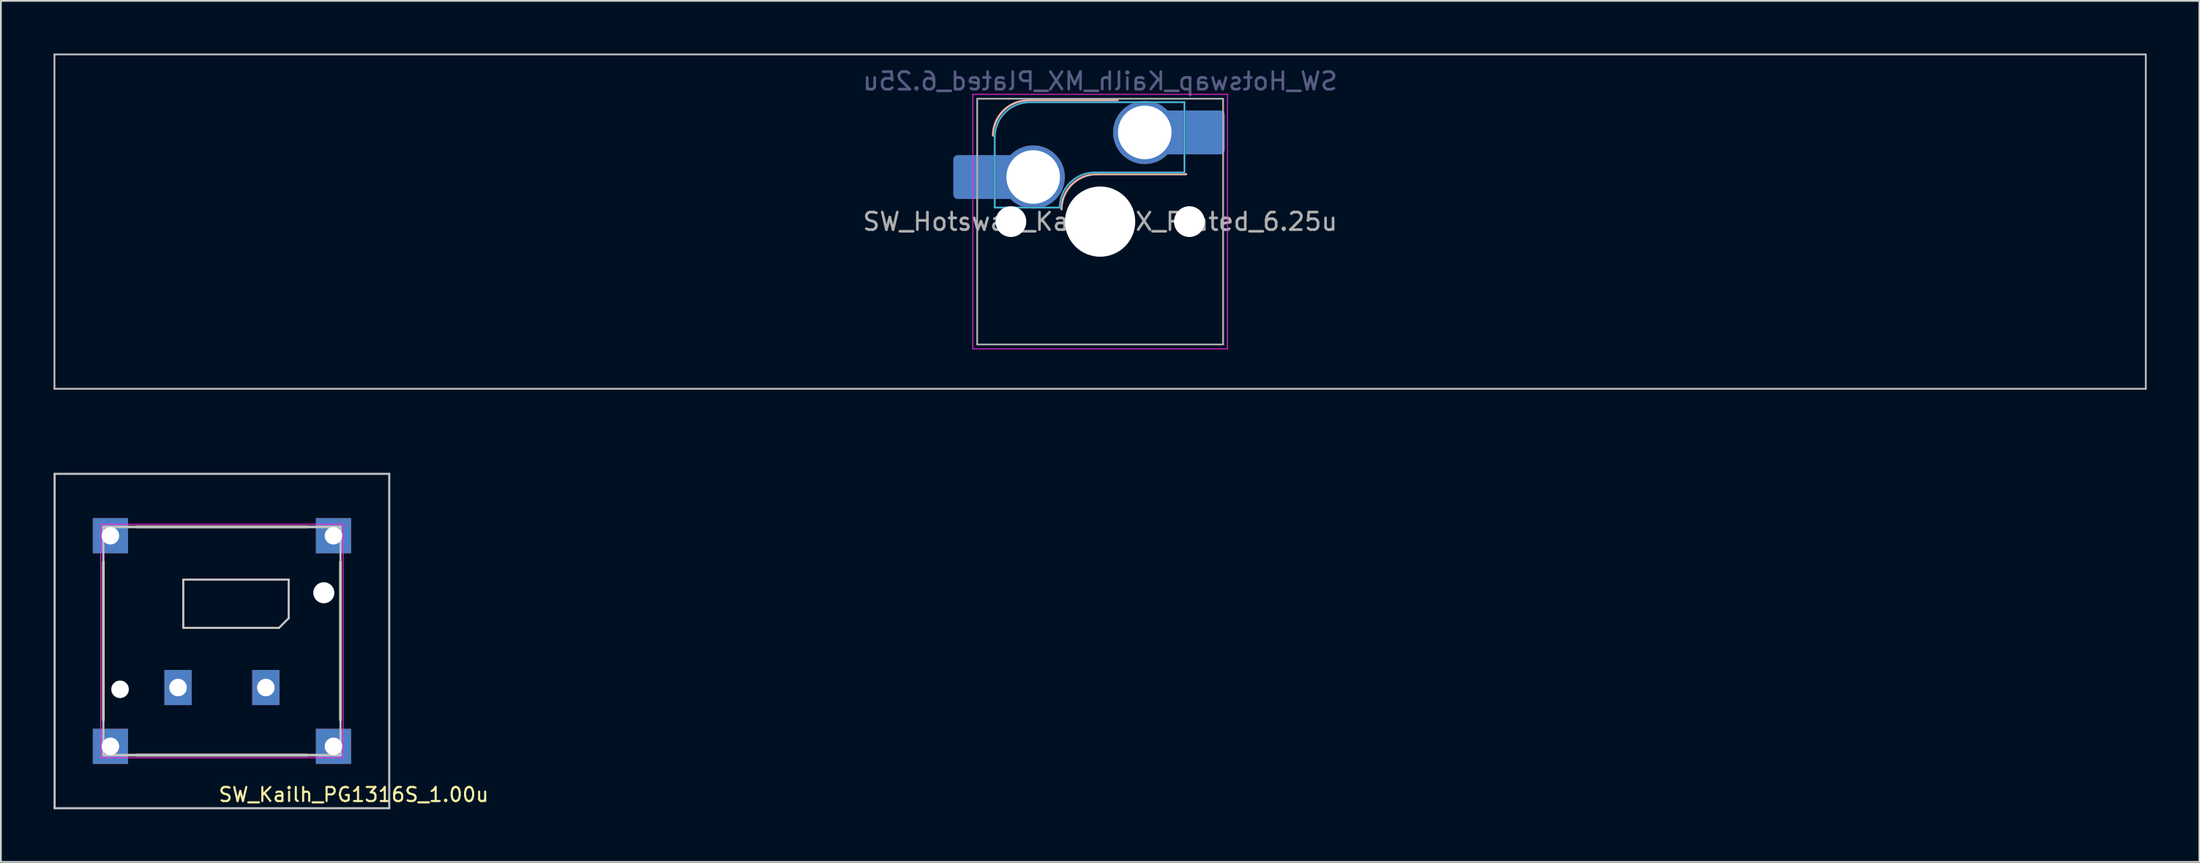
<source format=kicad_pcb>
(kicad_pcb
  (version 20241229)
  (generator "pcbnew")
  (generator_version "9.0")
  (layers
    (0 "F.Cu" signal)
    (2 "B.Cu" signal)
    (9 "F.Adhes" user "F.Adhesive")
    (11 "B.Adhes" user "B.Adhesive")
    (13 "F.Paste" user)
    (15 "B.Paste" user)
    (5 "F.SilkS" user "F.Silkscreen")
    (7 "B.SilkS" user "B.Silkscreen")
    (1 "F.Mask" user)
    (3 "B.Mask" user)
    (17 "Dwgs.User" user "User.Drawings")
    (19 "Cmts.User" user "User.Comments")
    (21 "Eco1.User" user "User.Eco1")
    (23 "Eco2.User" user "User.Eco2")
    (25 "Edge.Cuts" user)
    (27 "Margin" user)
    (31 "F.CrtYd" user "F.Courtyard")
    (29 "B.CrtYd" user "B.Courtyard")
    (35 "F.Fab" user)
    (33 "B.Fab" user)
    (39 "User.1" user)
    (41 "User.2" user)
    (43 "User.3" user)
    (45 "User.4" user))
  (footprint "SW_Kailh_PG1316S_1.00u"
    (layer "F.Cu")
    (at 9.585 33.47)
    (property "Reference" "SW_Kailh_PG1316S_1.00u" (at 7.5 8.75 180) (layer "F.SilkS") (effects (font (size 0.8 0.8) (thickness 0.12))))
    (attr smd)
    (fp_line (start -6.75 4.5) (end -6.75 -4.5) (stroke (width 0.15) (type default)) (layer "F.SilkS"))
    (fp_line (start 4.85 -6.5) (end -4.85 -6.5) (stroke (width 0.15) (type solid)) (layer "F.SilkS"))
    (fp_line (start 4.85 6.5) (end -4.85 6.5) (stroke (width 0.15) (type solid)) (layer "F.SilkS"))
    (fp_line (start 6.75 4.5) (end 6.75 -4.5) (stroke (width 0.15) (type default)) (layer "F.SilkS"))
    (fp_line (start -9.525 -9.525) (end -9.525 9.525) (stroke (width 0.12) (type default)) (layer "Dwgs.User"))
    (fp_line (start -9.525 -9.525) (end 9.525 -9.525) (stroke (width 0.12) (type default)) (layer "Dwgs.User"))
    (fp_line (start -6.75 6.5) (end -6.75 -6.5) (stroke (width 0.12) (type default)) (layer "Dwgs.User"))
    (fp_line (start -2.2 -0.75) (end -2.2 -3.5) (stroke (width 0.12) (type default)) (layer "Dwgs.User"))
    (fp_line (start 3.25 -0.75) (end -2.2 -0.75) (stroke (width 0.12) (type default)) (layer "Dwgs.User"))
    (fp_line (start 3.8 -3.5) (end -2.2 -3.5) (stroke (width 0.12) (type default)) (layer "Dwgs.User"))
    (fp_line (start 3.8 -1.3) (end 3.25 -0.75) (stroke (width 0.12) (type default)) (layer "Dwgs.User"))
    (fp_line (start 3.8 -1.3) (end 3.8 -3.5) (stroke (width 0.12) (type default)) (layer "Dwgs.User"))
    (fp_line (start 6.75 -6.5) (end -6.75 -6.5) (stroke (width 0.15) (type solid)) (layer "Dwgs.User"))
    (fp_line (start 6.75 -6.5) (end 6.75 6.5) (stroke (width 0.12) (type default)) (layer "Dwgs.User"))
    (fp_line (start 6.75 6.5) (end -6.75 6.5) (stroke (width 0.15) (type solid)) (layer "Dwgs.User"))
    (fp_line (start 9.525 -9.525) (end 9.525 9.525) (stroke (width 0.12) (type default)) (layer "Dwgs.User"))
    (fp_line (start 9.525 9.525) (end -9.525 9.525) (stroke (width 0.12) (type default)) (layer "Dwgs.User"))
    (fp_line (start -8 -6.375) (end -8 6.375) (stroke (width 0.12) (type default)) (layer "Eco1.User"))
    (fp_line (start -6.375 -8) (end 6.375 -8) (stroke (width 0.12) (type default)) (layer "Eco1.User"))
    (fp_line (start 6.375 8) (end -6.375 8) (stroke (width 0.12) (type default)) (layer "Eco1.User"))
    (fp_line (start 8 -6.375) (end 8 6.375) (stroke (width 0.12) (type default)) (layer "Eco1.User"))
    (fp_arc (start -8 -6.375) (mid -7.524049 -7.524049) (end -6.375 -8) (stroke (width 0.12) (type default)) (layer "Eco1.User"))
    (fp_arc (start -6.375 8) (mid -7.524049 7.524049) (end -8 6.375) (stroke (width 0.12) (type default)) (layer "Eco1.User"))
    (fp_arc (start 6.375 -8) (mid 7.524049 -7.524049) (end 8 -6.375) (stroke (width 0.12) (type default)) (layer "Eco1.User"))
    (fp_arc (start 8 6.375) (mid 7.524049 7.524049) (end 6.375 8) (stroke (width 0.12) (type default)) (layer "Eco1.User"))
    (fp_line (start -6.9 6.65) (end -6.9 -6.65) (stroke (width 0.05) (type solid)) (layer "F.CrtYd"))
    (fp_line (start 6.9 -6.65) (end -6.9 -6.65) (stroke (width 0.05) (type solid)) (layer "F.CrtYd"))
    (fp_line (start 6.9 -6.65) (end 6.9 6.65) (stroke (width 0.05) (type solid)) (layer "F.CrtYd"))
    (fp_line (start 6.9 6.65) (end -6.9 6.65) (stroke (width 0.05) (type solid)) (layer "F.CrtYd"))
    (fp_text user "1u:16x16 Keycap" (at 0 -10.16 0) (unlocked yes) (layer "Eco1.User") (effects (font (size 0.8 0.8) (thickness 0.12)) (justify left bottom)))
    (pad "" np_thru_hole rect (at -6.35 -6) (size 2 2) (drill 1) (layers "*.Cu" "*.Mask"))
    (pad "" np_thru_hole rect (at -6.35 6) (size 2 2) (drill 1) (layers "*.Cu" "*.Mask"))
    (pad "" np_thru_hole circle (at -5.8 2.75) (size 1 1) (drill 1) (layers "*.Cu" "*.Mask"))
    (pad "" np_thru_hole circle (at 5.8 -2.75) (size 1.2 1.2) (drill 1.2) (layers "*.Cu" "*.Mask"))
    (pad "" np_thru_hole rect (at 6.35 -6 90) (size 2 2) (drill 1) (layers "*.Cu" "*.Mask"))
    (pad "" np_thru_hole rect (at 6.35 6) (size 2 2) (drill 1) (layers "*.Cu" "*.Mask"))
    (pad "1" thru_hole rect (at -2.5 2.65) (size 1.55 2) (drill 1) (layers "*.Cu" "*.Mask"))
    (pad "2" thru_hole rect (at 2.5 2.65) (size 1.55 2) (drill 1) (layers "*.Cu" "*.Mask")))
  (footprint "SW_Hotswap_Kailh_MX_Plated_6.25u"
    (layer "F.Cu")
    (at 59.581 9.575)
    (property "Reference" "SW_Hotswap_Kailh_MX_Plated_6.25u" (at 0 -8 0) (layer "B.Fab") (effects (font (size 1 1) (thickness 0.15)) (justify mirror)))
    (attr smd)
    (fp_line (start -4.1 -6.9) (end 1 -6.9) (stroke (width 0.12) (type solid)) (layer "B.SilkS"))
    (fp_line (start -0.2 -2.7) (end 4.9 -2.7) (stroke (width 0.12) (type solid)) (layer "B.SilkS"))
    (fp_arc (start -6.1 -4.9) (mid -5.514214 -6.314214) (end -4.1 -6.9) (stroke (width 0.12) (type solid)) (layer "B.SilkS"))
    (fp_arc (start -2.2 -0.7) (mid -1.614214 -2.114214) (end -0.2 -2.7) (stroke (width 0.12) (type solid)) (layer "B.SilkS"))
    (fp_line (start -59.531 -9.525) (end -59.531 9.525) (stroke (width 0.1) (type solid)) (layer "Dwgs.User"))
    (fp_line (start -59.531 9.525) (end 59.531 9.525) (stroke (width 0.1) (type solid)) (layer "Dwgs.User"))
    (fp_line (start 59.531 -9.525) (end -59.531 -9.525) (stroke (width 0.1) (type solid)) (layer "Dwgs.User"))
    (fp_line (start 59.531 9.525) (end 59.531 -9.525) (stroke (width 0.1) (type solid)) (layer "Dwgs.User"))
    (fp_line (start -7.8 -6) (end -7 -6) (stroke (width 0.1) (type solid)) (layer "Eco1.User"))
    (fp_line (start -7.8 -2.9) (end -7.8 -6) (stroke (width 0.1) (type solid)) (layer "Eco1.User"))
    (fp_line (start -7.8 2.9) (end -7 2.9) (stroke (width 0.1) (type solid)) (layer "Eco1.User"))
    (fp_line (start -7.8 6) (end -7.8 2.9) (stroke (width 0.1) (type solid)) (layer "Eco1.User"))
    (fp_line (start -7 -7) (end 7 -7) (stroke (width 0.1) (type solid)) (layer "Eco1.User"))
    (fp_line (start -7 -6) (end -7 -7) (stroke (width 0.1) (type solid)) (layer "Eco1.User"))
    (fp_line (start -7 -2.9) (end -7.8 -2.9) (stroke (width 0.1) (type solid)) (layer "Eco1.User"))
    (fp_line (start -7 2.9) (end -7 -2.9) (stroke (width 0.1) (type solid)) (layer "Eco1.User"))
    (fp_line (start -7 6) (end -7.8 6) (stroke (width 0.1) (type solid)) (layer "Eco1.User"))
    (fp_line (start -7 7) (end -7 6) (stroke (width 0.1) (type solid)) (layer "Eco1.User"))
    (fp_line (start 7 -7) (end 7 -6) (stroke (width 0.1) (type solid)) (layer "Eco1.User"))
    (fp_line (start 7 -6) (end 7.8 -6) (stroke (width 0.1) (type solid)) (layer "Eco1.User"))
    (fp_line (start 7 -2.9) (end 7 2.9) (stroke (width 0.1) (type solid)) (layer "Eco1.User"))
    (fp_line (start 7 2.9) (end 7.8 2.9) (stroke (width 0.1) (type solid)) (layer "Eco1.User"))
    (fp_line (start 7 6) (end 7 7) (stroke (width 0.1) (type solid)) (layer "Eco1.User"))
    (fp_line (start 7 7) (end -7 7) (stroke (width 0.1) (type solid)) (layer "Eco1.User"))
    (fp_line (start 7.8 -6) (end 7.8 -2.9) (stroke (width 0.1) (type solid)) (layer "Eco1.User"))
    (fp_line (start 7.8 -2.9) (end 7 -2.9) (stroke (width 0.1) (type solid)) (layer "Eco1.User"))
    (fp_line (start 7.8 2.9) (end 7.8 6) (stroke (width 0.1) (type solid)) (layer "Eco1.User"))
    (fp_line (start 7.8 6) (end 7 6) (stroke (width 0.1) (type solid)) (layer "Eco1.User"))
    (fp_line (start -6 -0.8) (end -6 -4.8) (stroke (width 0.05) (type solid)) (layer "B.CrtYd"))
    (fp_line (start -6 -0.8) (end -2.3 -0.8) (stroke (width 0.05) (type solid)) (layer "B.CrtYd"))
    (fp_line (start -4 -6.8) (end 4.8 -6.8) (stroke (width 0.05) (type solid)) (layer "B.CrtYd"))
    (fp_line (start -0.3 -2.8) (end 4.8 -2.8) (stroke (width 0.05) (type solid)) (layer "B.CrtYd"))
    (fp_line (start 4.8 -6.8) (end 4.8 -2.8) (stroke (width 0.05) (type solid)) (layer "B.CrtYd"))
    (fp_arc (start -6 -4.8) (mid -5.414214 -6.214214) (end -4 -6.8) (stroke (width 0.05) (type solid)) (layer "B.CrtYd"))
    (fp_arc (start -2.3 -0.8) (mid -1.714214 -2.214214) (end -0.3 -2.8) (stroke (width 0.05) (type solid)) (layer "B.CrtYd"))
    (fp_line (start -7.25 -7.25) (end -7.25 7.25) (stroke (width 0.05) (type solid)) (layer "F.CrtYd"))
    (fp_line (start -7.25 7.25) (end 7.25 7.25) (stroke (width 0.05) (type solid)) (layer "F.CrtYd"))
    (fp_line (start 7.25 -7.25) (end -7.25 -7.25) (stroke (width 0.05) (type solid)) (layer "F.CrtYd"))
    (fp_line (start 7.25 7.25) (end 7.25 -7.25) (stroke (width 0.05) (type solid)) (layer "F.CrtYd"))
    (fp_line (start -6 -0.8) (end -6 -4.8) (stroke (width 0.12) (type solid)) (layer "B.Fab"))
    (fp_line (start -6 -0.8) (end -2.3 -0.8) (stroke (width 0.12) (type solid)) (layer "B.Fab"))
    (fp_line (start -4 -6.8) (end 4.8 -6.8) (stroke (width 0.12) (type solid)) (layer "B.Fab"))
    (fp_line (start -0.3 -2.8) (end 4.8 -2.8) (stroke (width 0.12) (type solid)) (layer "B.Fab"))
    (fp_line (start 4.8 -6.8) (end 4.8 -2.8) (stroke (width 0.12) (type solid)) (layer "B.Fab"))
    (fp_arc (start -6 -4.8) (mid -5.414214 -6.214214) (end -4 -6.8) (stroke (width 0.12) (type solid)) (layer "B.Fab"))
    (fp_arc (start -2.3 -0.8) (mid -1.714214 -2.214214) (end -0.3 -2.8) (stroke (width 0.12) (type solid)) (layer "B.Fab"))
    (fp_line (start -7 -7) (end -7 7) (stroke (width 0.1) (type solid)) (layer "F.Fab"))
    (fp_line (start -7 7) (end 7 7) (stroke (width 0.1) (type solid)) (layer "F.Fab"))
    (fp_line (start 7 -7) (end -7 -7) (stroke (width 0.1) (type solid)) (layer "F.Fab"))
    (fp_line (start 7 7) (end 7 -7) (stroke (width 0.1) (type solid)) (layer "F.Fab"))
    (fp_text user "${REFERENCE}" (at 0 0 0) (layer "F.Fab") (effects (font (size 1 1) (thickness 0.15))))
    (pad "" smd roundrect (at -7.085 -2.54) (size 2.55 2.5) (layers "B.Mask" "B.Paste") (roundrect_rratio 0.1))
    (pad "" np_thru_hole circle (at -5.08 0) (size 1.75 1.75) (drill 1.75) (layers "*.Cu" "*.Mask"))
    (pad "" np_thru_hole circle (at 0 0) (size 4 4) (drill 4) (layers "*.Cu" "*.Mask"))
    (pad "" np_thru_hole circle (at 5.08 0) (size 1.75 1.75) (drill 1.75) (layers "*.Cu" "*.Mask"))
    (pad "" smd roundrect (at 5.842 -5.08) (size 2.55 2.5) (layers "B.Mask" "B.Paste") (roundrect_rratio 0.1))
    (pad "1" smd roundrect (at -6.585 -2.54) (size 3.55 2.5) (layers "B.Cu") (roundrect_rratio 0.1))
    (pad "1" thru_hole circle (at -3.81 -2.54) (size 3.6 3.6) (drill 3.05) (layers "*.Cu" "*.Mask"))
    (pad "2" thru_hole circle (at 2.54 -5.08) (size 3.6 3.6) (drill 3.05) (layers "*.Cu" "*.Mask"))
    (pad "2" smd roundrect (at 5.32 -5.08) (size 3.55 2.5) (layers "B.Cu") (roundrect_rratio 0.1)))
  (gr_rect
    (start -3 -3)
    (end 122.162 46.055)
    (stroke (width 0.1) (type default))
    (fill no)
    (layer "Edge.Cuts")))
</source>
